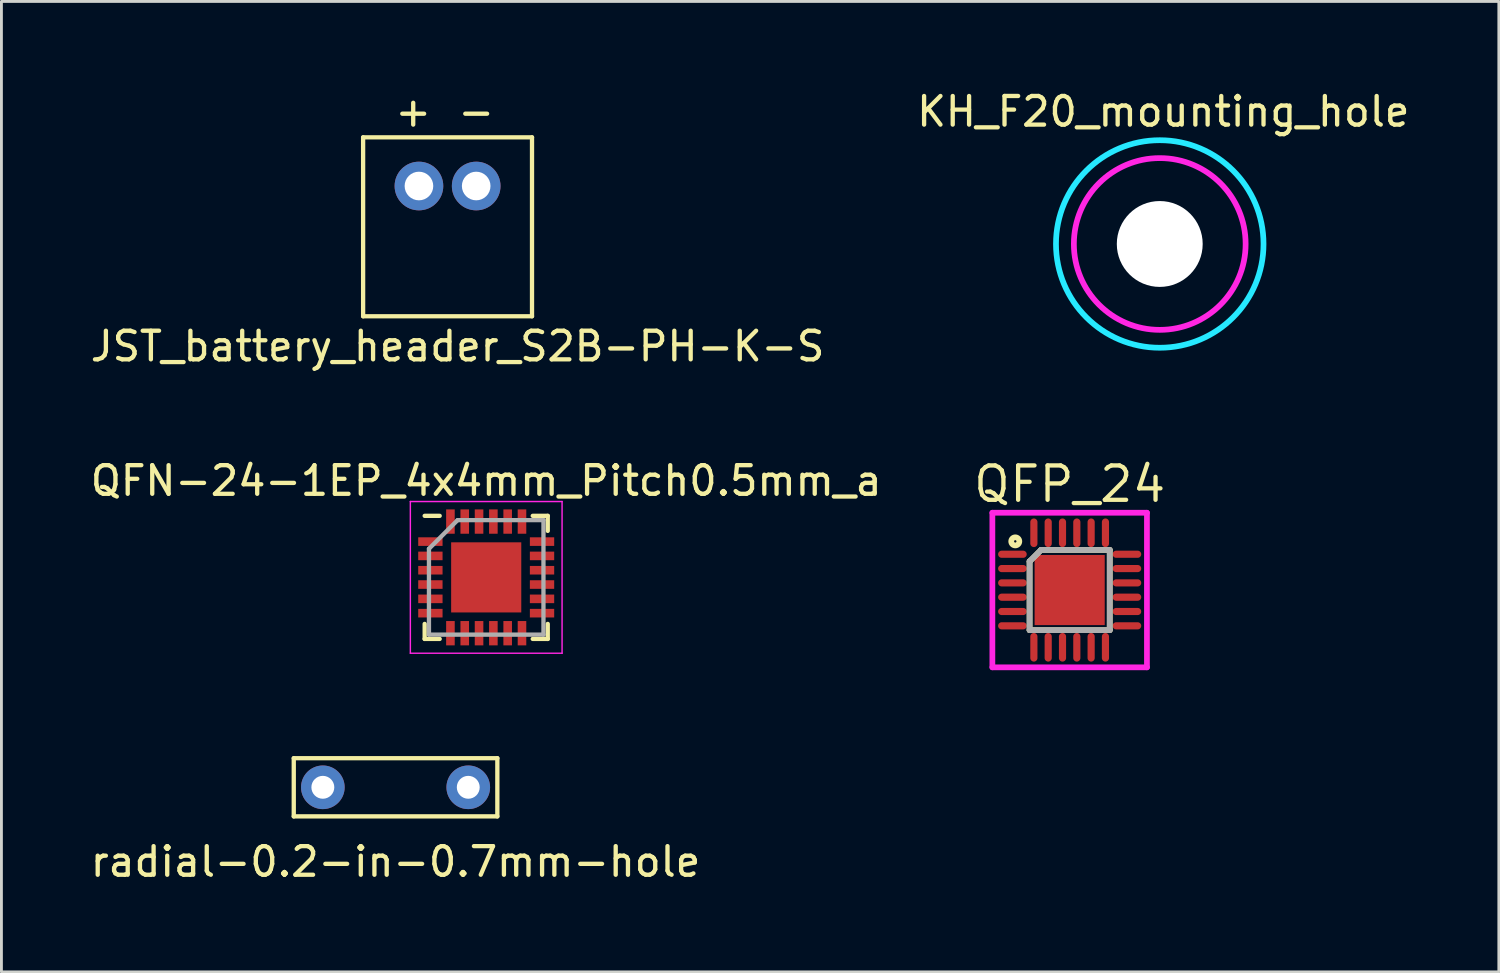
<source format=kicad_pcb>
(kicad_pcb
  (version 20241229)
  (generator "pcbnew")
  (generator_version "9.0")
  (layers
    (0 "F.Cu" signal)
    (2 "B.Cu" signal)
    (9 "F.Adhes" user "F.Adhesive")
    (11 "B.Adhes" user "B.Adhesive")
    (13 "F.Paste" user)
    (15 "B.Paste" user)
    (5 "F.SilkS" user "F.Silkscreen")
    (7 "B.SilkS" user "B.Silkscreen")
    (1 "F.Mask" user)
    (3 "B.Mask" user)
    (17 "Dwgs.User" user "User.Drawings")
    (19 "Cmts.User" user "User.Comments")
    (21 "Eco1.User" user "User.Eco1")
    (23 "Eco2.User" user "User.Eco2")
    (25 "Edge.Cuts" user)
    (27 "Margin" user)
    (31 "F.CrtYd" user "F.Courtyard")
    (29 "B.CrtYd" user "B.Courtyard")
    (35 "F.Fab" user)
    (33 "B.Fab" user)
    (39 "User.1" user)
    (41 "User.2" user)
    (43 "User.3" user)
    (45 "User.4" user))
  (footprint "QFP_24"
    (layer "F.Cu")
    (at 34.317 17.562)
    (property "Reference" "QFP_24" (at 0 -3.7 0) (layer "F.SilkS") (effects (font (size 1.2 1.2) (thickness 0.15))))
    (attr through_hole)
    (fp_line (start -1.4 -1) (end -1 -1.4) (stroke (width 0.2) (type solid)) (layer "F.SilkS"))
    (fp_line (start -1.4 1.4) (end -1.4 -1) (stroke (width 0.2) (type solid)) (layer "F.SilkS"))
    (fp_line (start -1 -1.4) (end 1.4 -1.4) (stroke (width 0.2) (type solid)) (layer "F.SilkS"))
    (fp_line (start 1.4 -1.4) (end 1.4 1.4) (stroke (width 0.2) (type solid)) (layer "F.SilkS"))
    (fp_line (start 1.4 1.4) (end -1.4 1.4) (stroke (width 0.2) (type solid)) (layer "F.SilkS"))
    (fp_circle (center -1.9 -1.7) (end -1.8 -1.6) (stroke (width 0.2) (type solid)) (fill no) (layer "F.SilkS"))
    (fp_line (start -2.7 -2.7) (end 2.7 -2.7) (stroke (width 0.2) (type solid)) (layer "F.CrtYd"))
    (fp_line (start -2.7 2.7) (end -2.7 -2.7) (stroke (width 0.2) (type solid)) (layer "F.CrtYd"))
    (fp_line (start 2.7 -2.7) (end 2.7 2.7) (stroke (width 0.2) (type solid)) (layer "F.CrtYd"))
    (fp_line (start 2.7 2.7) (end -2.7 2.7) (stroke (width 0.2) (type solid)) (layer "F.CrtYd"))
    (fp_line (start -1.4 -1) (end -1 -1.4) (stroke (width 0.2) (type solid)) (layer "F.Fab"))
    (fp_line (start -1.4 1.4) (end -1.4 -1) (stroke (width 0.2) (type solid)) (layer "F.Fab"))
    (fp_line (start -1 -1.4) (end 1.4 -1.4) (stroke (width 0.2) (type solid)) (layer "F.Fab"))
    (fp_line (start 1.4 -1.4) (end 1.4 1.4) (stroke (width 0.2) (type solid)) (layer "F.Fab"))
    (fp_line (start 1.4 1.4) (end -1.4 1.4) (stroke (width 0.2) (type solid)) (layer "F.Fab"))
    (pad "1" smd oval (at -2 -1.25 90) (size 0.25 1) (layers "F.Cu" "F.Mask" "F.Paste"))
    (pad "2" smd oval (at -2 -0.75 90) (size 0.25 1) (layers "F.Cu" "F.Mask" "F.Paste"))
    (pad "3" smd oval (at -2 -0.25 90) (size 0.25 1) (layers "F.Cu" "F.Mask" "F.Paste"))
    (pad "4" smd oval (at -2 0.25 90) (size 0.25 1) (layers "F.Cu" "F.Mask" "F.Paste"))
    (pad "5" smd oval (at -2 0.75 90) (size 0.25 1) (layers "F.Cu" "F.Mask" "F.Paste"))
    (pad "6" smd oval (at -2 1.25 90) (size 0.25 1) (layers "F.Cu" "F.Mask" "F.Paste"))
    (pad "7" smd oval (at -1.25 2) (size 0.25 1) (layers "F.Cu" "F.Mask" "F.Paste"))
    (pad "8" smd oval (at -0.75 2) (size 0.25 1) (layers "F.Cu" "F.Mask" "F.Paste"))
    (pad "9" smd oval (at -0.25 2) (size 0.25 1) (layers "F.Cu" "F.Mask" "F.Paste"))
    (pad "10" smd oval (at 0.25 2) (size 0.25 1) (layers "F.Cu" "F.Mask" "F.Paste"))
    (pad "11" smd oval (at 0.75 2) (size 0.25 1) (layers "F.Cu" "F.Mask" "F.Paste"))
    (pad "12" smd oval (at 1.25 2) (size 0.25 1) (layers "F.Cu" "F.Mask" "F.Paste"))
    (pad "13" smd oval (at 2 1.25 90) (size 0.25 1) (layers "F.Cu" "F.Mask" "F.Paste"))
    (pad "14" smd oval (at 2 0.75 90) (size 0.25 1) (layers "F.Cu" "F.Mask" "F.Paste"))
    (pad "15" smd oval (at 2 0.25 90) (size 0.25 1) (layers "F.Cu" "F.Mask" "F.Paste"))
    (pad "16" smd oval (at 2 -0.25 90) (size 0.25 1) (layers "F.Cu" "F.Mask" "F.Paste"))
    (pad "17" smd oval (at 2 -0.75 90) (size 0.25 1) (layers "F.Cu" "F.Mask" "F.Paste"))
    (pad "18" smd oval (at 2 -1.25 90) (size 0.25 1) (layers "F.Cu" "F.Mask" "F.Paste"))
    (pad "19" smd oval (at 1.25 -2) (size 0.25 1) (layers "F.Cu" "F.Mask" "F.Paste"))
    (pad "20" smd oval (at 0.75 -2) (size 0.25 1) (layers "F.Cu" "F.Mask" "F.Paste"))
    (pad "21" smd oval (at 0.25 -2) (size 0.25 1) (layers "F.Cu" "F.Mask" "F.Paste"))
    (pad "22" smd oval (at -0.25 -2) (size 0.25 1) (layers "F.Cu" "F.Mask" "F.Paste"))
    (pad "23" smd oval (at -0.75 -2) (size 0.25 1) (layers "F.Cu" "F.Mask" "F.Paste"))
    (pad "24" smd oval (at -1.25 -2) (size 0.25 1) (layers "F.Cu" "F.Mask" "F.Paste"))
    (pad "27" smd rect (at 0 0) (size 2.45 2.45) (layers "F.Cu" "F.Mask" "F.Paste")))
  (footprint "JST_battery_header_S2B-PH-K-S"
    (layer "F.Cu")
    (at 12.585 3.448)
    (property "Reference" "JST_battery_header_S2B-PH-K-S" (at 0.35 5.6 0) (layer "F.SilkS") (effects (font (size 1 1) (thickness 0.15))))
    (attr through_hole)
    (fp_line (start -2.95 -1.7) (end -2.95 4.55) (stroke (width 0.15) (type solid)) (layer "F.SilkS"))
    (fp_line (start -2.95 4.55) (end 2.95 4.55) (stroke (width 0.15) (type solid)) (layer "F.SilkS"))
    (fp_line (start 2.95 -1.7) (end -2.95 -1.7) (stroke (width 0.15) (type solid)) (layer "F.SilkS"))
    (fp_line (start 2.95 4.55) (end 2.95 -1.7) (stroke (width 0.15) (type solid)) (layer "F.SilkS"))
    (fp_text user "+" (at -1.2 -2.6 0) (layer "F.SilkS") (effects (font (size 1 1) (thickness 0.15))))
    (fp_text user "-" (at 1 -2.6 0) (layer "F.SilkS") (effects (font (size 1 1) (thickness 0.15))))
    (pad "1" thru_hole circle (at -1 0) (size 1.7 1.7) (drill 1) (layers "*.Cu" "*.Mask"))
    (pad "2" thru_hole circle (at 1 0) (size 1.7 1.7) (drill 1) (layers "*.Cu" "*.Mask")))
  (footprint "radial-0.2-in-0.7mm-hole"
    (layer "F.Cu")
    (at 10.768 24.453)
    (property "Reference" "radial-0.2-in-0.7mm-hole" (at 0 2.6 0) (layer "F.SilkS") (effects (font (size 1 1) (thickness 0.15))))
    (attr through_hole)
    (fp_line (start -3.556 -1.016) (end 3.556 -1.016) (stroke (width 0.15) (type solid)) (layer "F.SilkS"))
    (fp_line (start -3.556 1.016) (end -3.556 -1.016) (stroke (width 0.15) (type solid)) (layer "F.SilkS"))
    (fp_line (start 3.556 -1.016) (end 3.556 1.016) (stroke (width 0.15) (type solid)) (layer "F.SilkS"))
    (fp_line (start 3.556 1.016) (end -3.556 1.016) (stroke (width 0.15) (type solid)) (layer "F.SilkS"))
    (pad "1" thru_hole circle (at -2.54 0) (size 1.524 1.524) (drill 0.8) (layers "*.Cu" "*.Mask"))
    (pad "2" thru_hole circle (at 2.54 0) (size 1.524 1.524) (drill 0.8) (layers "*.Cu" "*.Mask")))
  (footprint "KH_F20_mounting_hole"
    (layer "F.Cu")
    (at 37.464 5.473)
    (property "Reference" "KH_F20_mounting_hole" (at 0.125 -4.625 0) (layer "F.SilkS") (effects (font (size 1 1) (thickness 0.15))))
    (attr through_hole)
    (fp_circle (center 0 0) (end 3.625 0) (stroke (width 0.2) (type solid)) (fill no) (layer "B.CrtYd"))
    (fp_circle (center 0 0) (end 3 0) (stroke (width 0.2) (type solid)) (fill no) (layer "F.CrtYd"))
    (pad "" np_thru_hole circle (at 0 0) (size 3 3) (drill 3) (layers "*.Cu" "*.Mask")))
  (footprint "QFN-24-1EP_4x4mm_Pitch0.5mm_a"
    (layer "F.Cu")
    (at 13.935 17.12)
    (property "Reference" "QFN-24-1EP_4x4mm_Pitch0.5mm_a" (at 0 -3.375 0) (layer "F.SilkS") (effects (font (size 1 1) (thickness 0.15))))
    (attr smd)
    (fp_line (start -2.15 -2.15) (end -1.625 -2.15) (stroke (width 0.15) (type solid)) (layer "F.SilkS"))
    (fp_line (start -2.15 2.15) (end -2.15 1.625) (stroke (width 0.15) (type solid)) (layer "F.SilkS"))
    (fp_line (start -2.15 2.15) (end -1.625 2.15) (stroke (width 0.15) (type solid)) (layer "F.SilkS"))
    (fp_line (start 2.15 -2.15) (end 1.625 -2.15) (stroke (width 0.15) (type solid)) (layer "F.SilkS"))
    (fp_line (start 2.15 -2.15) (end 2.15 -1.625) (stroke (width 0.15) (type solid)) (layer "F.SilkS"))
    (fp_line (start 2.15 2.15) (end 1.625 2.15) (stroke (width 0.15) (type solid)) (layer "F.SilkS"))
    (fp_line (start 2.15 2.15) (end 2.15 1.625) (stroke (width 0.15) (type solid)) (layer "F.SilkS"))
    (fp_line (start -2.65 -2.65) (end -2.65 2.65) (stroke (width 0.05) (type solid)) (layer "F.CrtYd"))
    (fp_line (start -2.65 -2.65) (end 2.65 -2.65) (stroke (width 0.05) (type solid)) (layer "F.CrtYd"))
    (fp_line (start -2.65 2.65) (end 2.65 2.65) (stroke (width 0.05) (type solid)) (layer "F.CrtYd"))
    (fp_line (start 2.65 -2.65) (end 2.65 2.65) (stroke (width 0.05) (type solid)) (layer "F.CrtYd"))
    (fp_line (start -2 -1) (end -1 -2) (stroke (width 0.15) (type solid)) (layer "F.Fab"))
    (fp_line (start -2 2) (end -2 -1) (stroke (width 0.15) (type solid)) (layer "F.Fab"))
    (fp_line (start -1 -2) (end 2 -2) (stroke (width 0.15) (type solid)) (layer "F.Fab"))
    (fp_line (start 2 -2) (end 2 2) (stroke (width 0.15) (type solid)) (layer "F.Fab"))
    (fp_line (start 2 2) (end -2 2) (stroke (width 0.15) (type solid)) (layer "F.Fab"))
    (pad "1" smd rect (at -1.95 -1.25) (size 0.85 0.3) (layers "F.Cu" "F.Mask" "F.Paste"))
    (pad "2" smd rect (at -1.95 -0.75) (size 0.85 0.3) (layers "F.Cu" "F.Mask" "F.Paste"))
    (pad "3" smd rect (at -1.95 -0.25) (size 0.85 0.3) (layers "F.Cu" "F.Mask" "F.Paste"))
    (pad "4" smd rect (at -1.95 0.25) (size 0.85 0.3) (layers "F.Cu" "F.Mask" "F.Paste"))
    (pad "5" smd rect (at -1.95 0.75) (size 0.85 0.3) (layers "F.Cu" "F.Mask" "F.Paste"))
    (pad "6" smd rect (at -1.95 1.25) (size 0.85 0.3) (layers "F.Cu" "F.Mask" "F.Paste"))
    (pad "7" smd rect (at -1.25 1.95 90) (size 0.85 0.3) (layers "F.Cu" "F.Mask" "F.Paste"))
    (pad "8" smd rect (at -0.75 1.95 90) (size 0.85 0.3) (layers "F.Cu" "F.Mask" "F.Paste"))
    (pad "9" smd rect (at -0.25 1.95 90) (size 0.85 0.3) (layers "F.Cu" "F.Mask" "F.Paste"))
    (pad "10" smd rect (at 0.25 1.95 90) (size 0.85 0.3) (layers "F.Cu" "F.Mask" "F.Paste"))
    (pad "11" smd rect (at 0.75 1.95 90) (size 0.85 0.3) (layers "F.Cu" "F.Mask" "F.Paste"))
    (pad "12" smd rect (at 1.25 1.95 90) (size 0.85 0.3) (layers "F.Cu" "F.Mask" "F.Paste"))
    (pad "13" smd rect (at 1.95 1.25) (size 0.85 0.3) (layers "F.Cu" "F.Mask" "F.Paste"))
    (pad "14" smd rect (at 1.95 0.75) (size 0.85 0.3) (layers "F.Cu" "F.Mask" "F.Paste"))
    (pad "15" smd rect (at 1.95 0.25) (size 0.85 0.3) (layers "F.Cu" "F.Mask" "F.Paste"))
    (pad "16" smd rect (at 1.95 -0.25) (size 0.85 0.3) (layers "F.Cu" "F.Mask" "F.Paste"))
    (pad "17" smd rect (at 1.95 -0.75) (size 0.85 0.3) (layers "F.Cu" "F.Mask" "F.Paste"))
    (pad "18" smd rect (at 1.95 -1.25) (size 0.85 0.3) (layers "F.Cu" "F.Mask" "F.Paste"))
    (pad "19" smd rect (at 1.25 -1.95 90) (size 0.85 0.3) (layers "F.Cu" "F.Mask" "F.Paste"))
    (pad "20" smd rect (at 0.75 -1.95 90) (size 0.85 0.3) (layers "F.Cu" "F.Mask" "F.Paste"))
    (pad "21" smd rect (at 0.25 -1.95 90) (size 0.85 0.3) (layers "F.Cu" "F.Mask" "F.Paste"))
    (pad "22" smd rect (at -0.25 -1.95 90) (size 0.85 0.3) (layers "F.Cu" "F.Mask" "F.Paste"))
    (pad "23" smd rect (at -0.75 -1.95 90) (size 0.85 0.3) (layers "F.Cu" "F.Mask" "F.Paste"))
    (pad "24" smd rect (at -1.25 -1.95 90) (size 0.85 0.3) (layers "F.Cu" "F.Mask" "F.Paste"))
    (pad "26" smd rect (at 0 0) (size 2.45 2.45) (layers "F.Cu" "F.Mask" "F.Paste")))
  (gr_rect
    (start -3 -3)
    (end 49.31 30.901)
    (stroke (width 0.1) (type default))
    (fill no)
    (layer "Edge.Cuts")))
</source>
